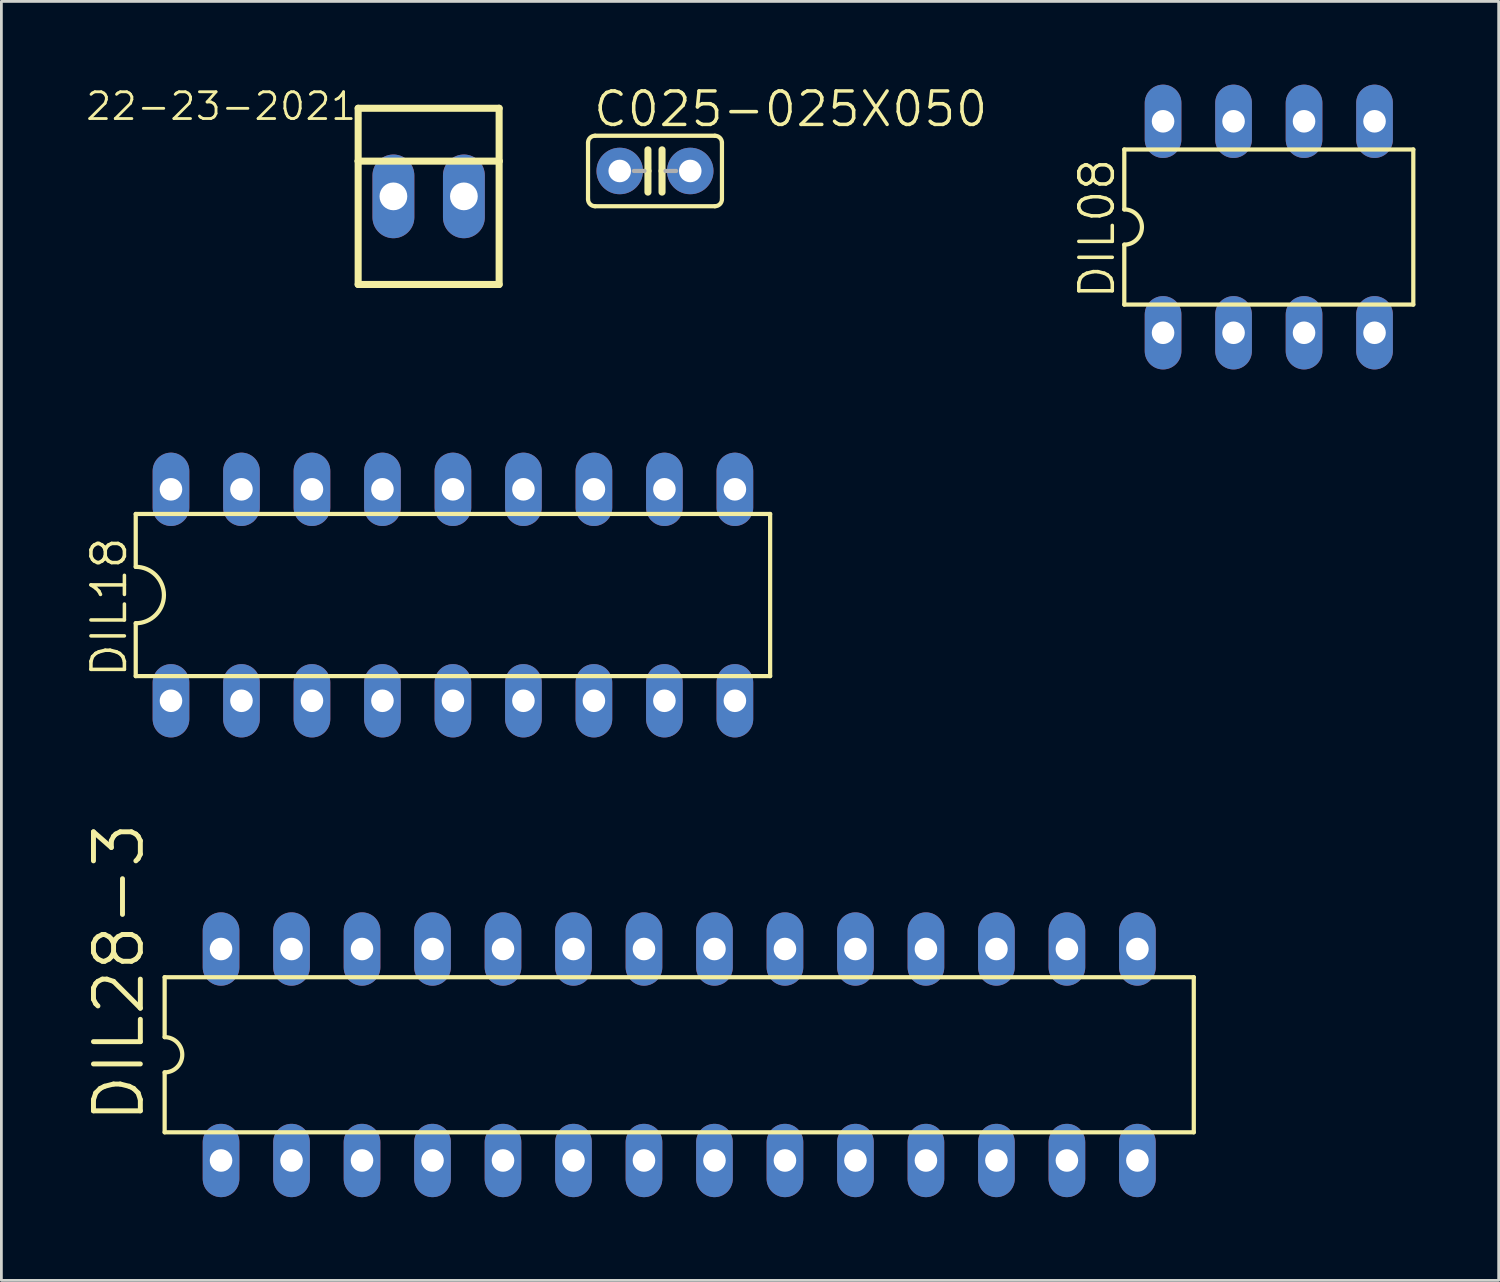
<source format=kicad_pcb>
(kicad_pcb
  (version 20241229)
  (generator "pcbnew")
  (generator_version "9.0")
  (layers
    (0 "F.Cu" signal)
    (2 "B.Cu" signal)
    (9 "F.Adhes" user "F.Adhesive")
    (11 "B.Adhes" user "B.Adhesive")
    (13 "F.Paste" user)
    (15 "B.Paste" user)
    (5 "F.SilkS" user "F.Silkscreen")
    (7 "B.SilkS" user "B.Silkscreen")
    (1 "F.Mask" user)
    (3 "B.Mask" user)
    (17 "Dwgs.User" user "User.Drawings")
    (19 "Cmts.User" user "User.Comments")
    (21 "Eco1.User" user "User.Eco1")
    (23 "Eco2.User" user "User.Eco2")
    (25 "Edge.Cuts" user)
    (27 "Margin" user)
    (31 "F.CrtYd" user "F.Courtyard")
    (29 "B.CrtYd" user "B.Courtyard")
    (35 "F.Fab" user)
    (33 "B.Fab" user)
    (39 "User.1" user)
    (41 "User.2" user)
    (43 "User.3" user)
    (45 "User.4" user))
  (footprint "DIL18"
    (layer "F.Cu")
    (at 13.271 18.392)
    (property "Reference" "DIL18" (at -11.684 3.048 90) (layer "F.SilkS") (effects (font (size 1.206 1.206) (thickness 0.127)) (justify left bottom)))
    (attr through_hole)
    (fp_line (start -11.43 -2.921) (end -11.43 -1.016) (stroke (width 0.152) (type solid)) (layer "F.SilkS"))
    (fp_line (start -11.43 2.921) (end -11.43 1.016) (stroke (width 0.152) (type solid)) (layer "F.SilkS"))
    (fp_line (start -11.43 2.921) (end 11.43 2.921) (stroke (width 0.152) (type solid)) (layer "F.SilkS"))
    (fp_line (start 11.43 -2.921) (end -11.43 -2.921) (stroke (width 0.152) (type solid)) (layer "F.SilkS"))
    (fp_line (start 11.43 -2.921) (end 11.43 2.921) (stroke (width 0.152) (type solid)) (layer "F.SilkS"))
    (fp_arc (start -11.43 -1.016) (mid -10.414 0) (end -11.43 1.016) (stroke (width 0.1524) (type solid)) (layer "F.SilkS"))
    (pad "1" thru_hole oval (at -10.16 3.81 90) (size 2.642 1.321) (drill 0.813) (layers "*.Cu" "*.Mask"))
    (pad "2" thru_hole oval (at -7.62 3.81 90) (size 2.642 1.321) (drill 0.813) (layers "*.Cu" "*.Mask"))
    (pad "3" thru_hole oval (at -5.08 3.81 90) (size 2.642 1.321) (drill 0.813) (layers "*.Cu" "*.Mask"))
    (pad "4" thru_hole oval (at -2.54 3.81 90) (size 2.642 1.321) (drill 0.813) (layers "*.Cu" "*.Mask"))
    (pad "5" thru_hole oval (at 0 3.81 90) (size 2.642 1.321) (drill 0.813) (layers "*.Cu" "*.Mask"))
    (pad "6" thru_hole oval (at 2.54 3.81 90) (size 2.642 1.321) (drill 0.813) (layers "*.Cu" "*.Mask"))
    (pad "7" thru_hole oval (at 5.08 3.81 90) (size 2.642 1.321) (drill 0.813) (layers "*.Cu" "*.Mask"))
    (pad "8" thru_hole oval (at 7.62 3.81 90) (size 2.642 1.321) (drill 0.813) (layers "*.Cu" "*.Mask"))
    (pad "9" thru_hole oval (at 10.16 3.81 90) (size 2.642 1.321) (drill 0.813) (layers "*.Cu" "*.Mask"))
    (pad "10" thru_hole oval (at 10.16 -3.81 90) (size 2.642 1.321) (drill 0.813) (layers "*.Cu" "*.Mask"))
    (pad "11" thru_hole oval (at 7.62 -3.81 90) (size 2.642 1.321) (drill 0.813) (layers "*.Cu" "*.Mask"))
    (pad "12" thru_hole oval (at 5.08 -3.81 90) (size 2.642 1.321) (drill 0.813) (layers "*.Cu" "*.Mask"))
    (pad "13" thru_hole oval (at 2.54 -3.81 90) (size 2.642 1.321) (drill 0.813) (layers "*.Cu" "*.Mask"))
    (pad "14" thru_hole oval (at 0 -3.81 90) (size 2.642 1.321) (drill 0.813) (layers "*.Cu" "*.Mask"))
    (pad "15" thru_hole oval (at -2.54 -3.81 90) (size 2.642 1.321) (drill 0.813) (layers "*.Cu" "*.Mask"))
    (pad "16" thru_hole oval (at -5.08 -3.81 90) (size 2.642 1.321) (drill 0.813) (layers "*.Cu" "*.Mask"))
    (pad "17" thru_hole oval (at -7.62 -3.81 90) (size 2.642 1.321) (drill 0.813) (layers "*.Cu" "*.Mask"))
    (pad "18" thru_hole oval (at -10.16 -3.81 90) (size 2.642 1.321) (drill 0.813) (layers "*.Cu" "*.Mask")))
  (footprint "22-23-2021"
    (layer "F.Cu")
    (at 12.396 4.026)
    (property "Reference" "22-23-2021" (at -2.54 -3.81 0) (layer "F.SilkS") (effects (font (size 0.965 0.965) (thickness 0.102)) (justify right top)))
    (attr through_hole)
    (fp_line (start -2.54 -3.175) (end 2.54 -3.175) (stroke (width 0.254) (type solid)) (layer "F.SilkS"))
    (fp_line (start -2.54 -1.27) (end -2.54 -3.175) (stroke (width 0.254) (type solid)) (layer "F.SilkS"))
    (fp_line (start -2.54 -1.27) (end 2.54 -1.27) (stroke (width 0.254) (type solid)) (layer "F.SilkS"))
    (fp_line (start -2.54 3.175) (end -2.54 -1.27) (stroke (width 0.254) (type solid)) (layer "F.SilkS"))
    (fp_line (start 2.54 -3.175) (end 2.54 -1.27) (stroke (width 0.254) (type solid)) (layer "F.SilkS"))
    (fp_line (start 2.54 -1.27) (end 2.54 3.175) (stroke (width 0.254) (type solid)) (layer "F.SilkS"))
    (fp_line (start 2.54 3.175) (end -2.54 3.175) (stroke (width 0.254) (type solid)) (layer "F.SilkS"))
    (pad "1" thru_hole oval (at -1.27 0 90) (size 3.016 1.508) (drill 1) (layers "*.Cu" "*.Mask"))
    (pad "2" thru_hole oval (at 1.27 0 90) (size 3.016 1.508) (drill 1) (layers "*.Cu" "*.Mask")))
  (footprint "DIL08"
    (layer "F.Cu")
    (at 42.67 5.131)
    (property "Reference" "DIL08" (at -5.486 2.667 90) (layer "F.SilkS") (effects (font (size 1.206 1.206) (thickness 0.127)) (justify left bottom)))
    (attr through_hole)
    (fp_line (start -5.207 -2.794) (end -5.207 -0.635) (stroke (width 0.152) (type solid)) (layer "F.SilkS"))
    (fp_line (start -5.207 0.635) (end -5.207 2.794) (stroke (width 0.152) (type solid)) (layer "F.SilkS"))
    (fp_line (start -5.207 2.794) (end 5.207 2.794) (stroke (width 0.152) (type solid)) (layer "F.SilkS"))
    (fp_line (start 5.207 -2.794) (end -5.207 -2.794) (stroke (width 0.152) (type solid)) (layer "F.SilkS"))
    (fp_line (start 5.207 2.794) (end 5.207 -2.794) (stroke (width 0.152) (type solid)) (layer "F.SilkS"))
    (fp_arc (start -5.207 -0.635) (mid -4.572 0) (end -5.207 0.635) (stroke (width 0.1524) (type solid)) (layer "F.SilkS"))
    (pad "1" thru_hole oval (at -3.81 3.81 90) (size 2.642 1.321) (drill 0.813) (layers "*.Cu" "*.Mask"))
    (pad "2" thru_hole oval (at -1.27 3.81 90) (size 2.642 1.321) (drill 0.813) (layers "*.Cu" "*.Mask"))
    (pad "3" thru_hole oval (at 1.27 3.81 90) (size 2.642 1.321) (drill 0.813) (layers "*.Cu" "*.Mask"))
    (pad "4" thru_hole oval (at 3.81 3.81 90) (size 2.642 1.321) (drill 0.813) (layers "*.Cu" "*.Mask"))
    (pad "5" thru_hole oval (at 3.81 -3.81 90) (size 2.642 1.321) (drill 0.813) (layers "*.Cu" "*.Mask"))
    (pad "6" thru_hole oval (at 1.27 -3.81 90) (size 2.642 1.321) (drill 0.813) (layers "*.Cu" "*.Mask"))
    (pad "7" thru_hole oval (at -1.27 -3.81 90) (size 2.642 1.321) (drill 0.813) (layers "*.Cu" "*.Mask"))
    (pad "8" thru_hole oval (at -3.81 -3.81 90) (size 2.642 1.321) (drill 0.813) (layers "*.Cu" "*.Mask")))
  (footprint "C025-025X050"
    (layer "F.Cu")
    (at 20.552 3.111)
    (property "Reference" "C025-025X050" (at -2.286 -1.524 0) (layer "F.SilkS") (effects (font (size 1.206 1.206) (thickness 0.127)) (justify left bottom)))
    (attr through_hole)
    (fp_line (start -2.413 -1.016) (end -2.413 1.016) (stroke (width 0.152) (type solid)) (layer "F.SilkS"))
    (fp_line (start -2.159 -1.27) (end 2.159 -1.27) (stroke (width 0.152) (type solid)) (layer "F.SilkS"))
    (fp_line (start -0.254 -0.762) (end -0.254 0) (stroke (width 0.254) (type solid)) (layer "F.SilkS"))
    (fp_line (start -0.254 0) (end -0.381 0) (stroke (width 0.152) (type solid)) (layer "F.SilkS"))
    (fp_line (start -0.254 0) (end -0.254 0.762) (stroke (width 0.254) (type solid)) (layer "F.SilkS"))
    (fp_line (start 0.254 0) (end 0.254 -0.762) (stroke (width 0.254) (type solid)) (layer "F.SilkS"))
    (fp_line (start 0.254 0) (end 0.254 0.762) (stroke (width 0.254) (type solid)) (layer "F.SilkS"))
    (fp_line (start 0.381 0) (end 0.254 0) (stroke (width 0.152) (type solid)) (layer "F.SilkS"))
    (fp_line (start 2.159 1.27) (end -2.159 1.27) (stroke (width 0.152) (type solid)) (layer "F.SilkS"))
    (fp_line (start 2.413 -1.016) (end 2.413 1.016) (stroke (width 0.152) (type solid)) (layer "F.SilkS"))
    (fp_arc (start -2.413 -1.016) (mid -2.338605 -1.195605) (end -2.159 -1.27) (stroke (width 0.1524) (type solid)) (layer "F.SilkS"))
    (fp_arc (start -2.159 1.27) (mid -2.338605 1.195605) (end -2.413 1.016) (stroke (width 0.1524) (type solid)) (layer "F.SilkS"))
    (fp_arc (start 2.159 -1.27) (mid 2.338605 -1.195605) (end 2.413 -1.016) (stroke (width 0.1524) (type solid)) (layer "F.SilkS"))
    (fp_arc (start 2.413 1.016) (mid 2.338605 1.195605) (end 2.159 1.27) (stroke (width 0.1524) (type solid)) (layer "F.SilkS"))
    (fp_line (start -0.381 0) (end -0.762 0) (stroke (width 0.152) (type solid)) (layer "F.Fab"))
    (fp_line (start 0.762 0) (end 0.381 0) (stroke (width 0.152) (type solid)) (layer "F.Fab"))
    (pad "1" thru_hole circle (at -1.27 0) (size 1.676 1.676) (drill 0.813) (layers "*.Cu" "*.Mask"))
    (pad "2" thru_hole circle (at 1.27 0) (size 1.676 1.676) (drill 0.813) (layers "*.Cu" "*.Mask")))
  (footprint "DIL28-3"
    (layer "F.Cu")
    (at 21.425 34.957)
    (property "Reference" "DIL28-3" (at -19.202 2.54 90) (layer "F.SilkS") (effects (font (size 1.689 1.689) (thickness 0.178)) (justify left bottom)))
    (attr through_hole)
    (fp_line (start -18.542 -2.794) (end -18.542 -0.635) (stroke (width 0.152) (type solid)) (layer "F.SilkS"))
    (fp_line (start -18.542 -2.794) (end 18.542 -2.794) (stroke (width 0.152) (type solid)) (layer "F.SilkS"))
    (fp_line (start -18.542 0.635) (end -18.542 2.794) (stroke (width 0.152) (type solid)) (layer "F.SilkS"))
    (fp_line (start -18.542 2.794) (end 18.542 2.794) (stroke (width 0.152) (type solid)) (layer "F.SilkS"))
    (fp_line (start 18.542 -2.794) (end 18.542 2.794) (stroke (width 0.152) (type solid)) (layer "F.SilkS"))
    (fp_arc (start -18.542 -0.635) (mid -17.907 0) (end -18.542 0.635) (stroke (width 0.1524) (type solid)) (layer "F.SilkS"))
    (pad "1" thru_hole oval (at -16.51 3.81 90) (size 2.642 1.321) (drill 0.813) (layers "*.Cu" "*.Mask"))
    (pad "2" thru_hole oval (at -13.97 3.81 90) (size 2.642 1.321) (drill 0.813) (layers "*.Cu" "*.Mask"))
    (pad "3" thru_hole oval (at -11.43 3.81 90) (size 2.642 1.321) (drill 0.813) (layers "*.Cu" "*.Mask"))
    (pad "4" thru_hole oval (at -8.89 3.81 90) (size 2.642 1.321) (drill 0.813) (layers "*.Cu" "*.Mask"))
    (pad "5" thru_hole oval (at -6.35 3.81 90) (size 2.642 1.321) (drill 0.813) (layers "*.Cu" "*.Mask"))
    (pad "6" thru_hole oval (at -3.81 3.81 90) (size 2.642 1.321) (drill 0.813) (layers "*.Cu" "*.Mask"))
    (pad "7" thru_hole oval (at -1.27 3.81 90) (size 2.642 1.321) (drill 0.813) (layers "*.Cu" "*.Mask"))
    (pad "8" thru_hole oval (at 1.27 3.81 90) (size 2.642 1.321) (drill 0.813) (layers "*.Cu" "*.Mask"))
    (pad "9" thru_hole oval (at 3.81 3.81 90) (size 2.642 1.321) (drill 0.813) (layers "*.Cu" "*.Mask"))
    (pad "10" thru_hole oval (at 6.35 3.81 90) (size 2.642 1.321) (drill 0.813) (layers "*.Cu" "*.Mask"))
    (pad "11" thru_hole oval (at 8.89 3.81 90) (size 2.642 1.321) (drill 0.813) (layers "*.Cu" "*.Mask"))
    (pad "12" thru_hole oval (at 11.43 3.81 90) (size 2.642 1.321) (drill 0.813) (layers "*.Cu" "*.Mask"))
    (pad "13" thru_hole oval (at 13.97 3.81 90) (size 2.642 1.321) (drill 0.813) (layers "*.Cu" "*.Mask"))
    (pad "14" thru_hole oval (at 16.51 3.81 90) (size 2.642 1.321) (drill 0.813) (layers "*.Cu" "*.Mask"))
    (pad "15" thru_hole oval (at 16.51 -3.81 90) (size 2.642 1.321) (drill 0.813) (layers "*.Cu" "*.Mask"))
    (pad "16" thru_hole oval (at 13.97 -3.81 90) (size 2.642 1.321) (drill 0.813) (layers "*.Cu" "*.Mask"))
    (pad "17" thru_hole oval (at 11.43 -3.81 90) (size 2.642 1.321) (drill 0.813) (layers "*.Cu" "*.Mask"))
    (pad "18" thru_hole oval (at 8.89 -3.81 90) (size 2.642 1.321) (drill 0.813) (layers "*.Cu" "*.Mask"))
    (pad "19" thru_hole oval (at 6.35 -3.81 90) (size 2.642 1.321) (drill 0.813) (layers "*.Cu" "*.Mask"))
    (pad "20" thru_hole oval (at 3.81 -3.81 90) (size 2.642 1.321) (drill 0.813) (layers "*.Cu" "*.Mask"))
    (pad "21" thru_hole oval (at 1.27 -3.81 90) (size 2.642 1.321) (drill 0.813) (layers "*.Cu" "*.Mask"))
    (pad "22" thru_hole oval (at -1.27 -3.81 90) (size 2.642 1.321) (drill 0.813) (layers "*.Cu" "*.Mask"))
    (pad "23" thru_hole oval (at -3.81 -3.81 90) (size 2.642 1.321) (drill 0.813) (layers "*.Cu" "*.Mask"))
    (pad "24" thru_hole oval (at -6.35 -3.81 90) (size 2.642 1.321) (drill 0.813) (layers "*.Cu" "*.Mask"))
    (pad "25" thru_hole oval (at -8.89 -3.81 90) (size 2.642 1.321) (drill 0.813) (layers "*.Cu" "*.Mask"))
    (pad "26" thru_hole oval (at -11.43 -3.81 90) (size 2.642 1.321) (drill 0.813) (layers "*.Cu" "*.Mask"))
    (pad "27" thru_hole oval (at -13.97 -3.81 90) (size 2.642 1.321) (drill 0.813) (layers "*.Cu" "*.Mask"))
    (pad "28" thru_hole oval (at -16.51 -3.81 90) (size 2.642 1.321) (drill 0.813) (layers "*.Cu" "*.Mask")))
  (gr_rect
    (start -3 -3)
    (end 50.953 43.088)
    (stroke (width 0.1) (type default))
    (fill no)
    (layer "Edge.Cuts")))
</source>
